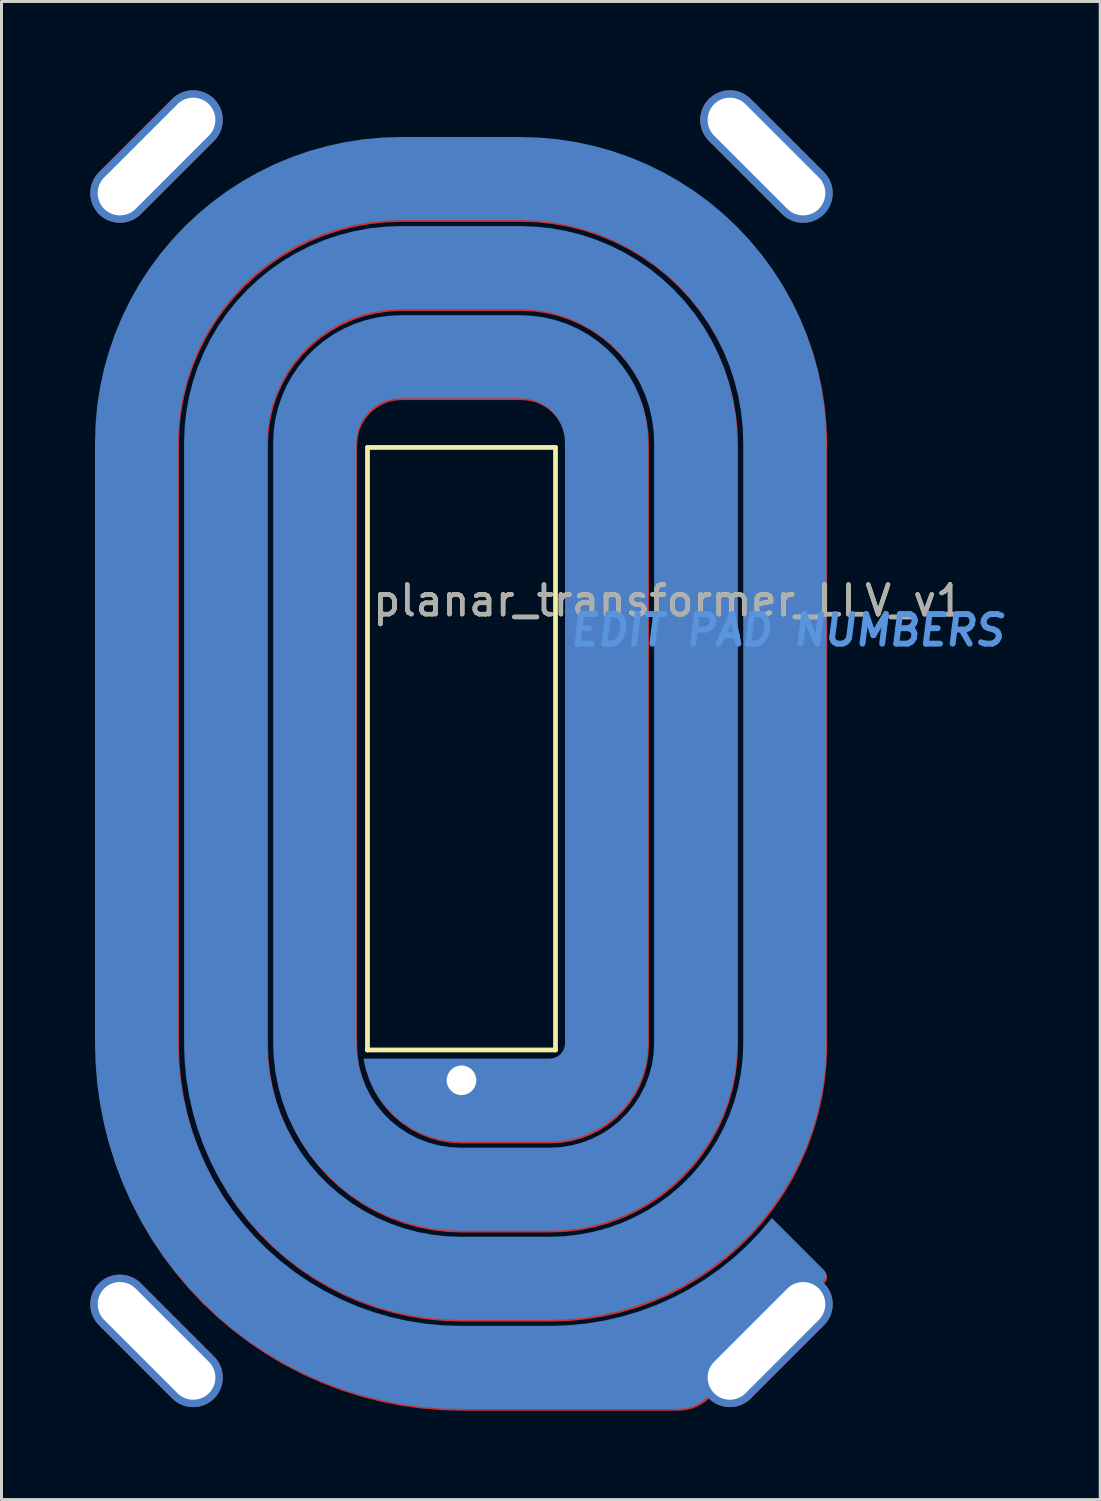
<source format=kicad_pcb>
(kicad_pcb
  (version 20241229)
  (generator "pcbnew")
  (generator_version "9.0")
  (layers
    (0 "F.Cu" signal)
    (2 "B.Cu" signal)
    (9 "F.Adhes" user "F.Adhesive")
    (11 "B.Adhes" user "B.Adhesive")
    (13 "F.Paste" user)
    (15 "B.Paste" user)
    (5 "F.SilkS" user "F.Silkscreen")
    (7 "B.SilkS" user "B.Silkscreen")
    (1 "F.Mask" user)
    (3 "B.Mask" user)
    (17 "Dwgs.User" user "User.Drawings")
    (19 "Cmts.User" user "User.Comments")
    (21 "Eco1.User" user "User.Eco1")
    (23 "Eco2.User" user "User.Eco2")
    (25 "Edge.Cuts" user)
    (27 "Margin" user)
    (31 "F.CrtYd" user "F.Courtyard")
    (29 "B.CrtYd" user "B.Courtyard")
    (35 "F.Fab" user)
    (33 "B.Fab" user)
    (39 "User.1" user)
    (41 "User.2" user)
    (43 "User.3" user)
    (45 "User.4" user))
  (footprint "planar_transformer_LLV_v1"
    (layer "F.Cu")
    (at 12.537 22.237)
    (property "Reference" "planar_transformer_LLV_v1" (at 7 -5 0) (layer "F.SilkS") (effects (font (size 1 1) (thickness 0.15))))
    (attr smd)
    (fp_line (start -3.175 -10.175) (end 3.175 -10.175) (stroke (width 0.16) (type solid)) (layer "F.SilkS"))
    (fp_line (start -3.175 10.175) (end -3.175 -10.175) (stroke (width 0.16) (type solid)) (layer "F.SilkS"))
    (fp_line (start 3.175 -10.175) (end 3.175 10.175) (stroke (width 0.16) (type solid)) (layer "F.SilkS"))
    (fp_line (start 3.175 10.175) (end -3.175 10.175) (stroke (width 0.16) (type solid)) (layer "F.SilkS"))
    (fp_text user "EDIT PAD NUMBERS" (at 11 -4 0) (layer "Cmts.User") (effects (font (size 1 1) (thickness 0.2) (italic yes))))
    (fp_text user "${REFERENCE}" (at 7 -5 0) (layer "F.Fab") (effects (font (size 1 1) (thickness 0.15))))
    (pad "#" smd custom (at 7.3 20.8) (size 1 1) (layers "B.Cu") (options (anchor circle)) (primitives (gr_poly (pts (xy -1.07 -10.159) (xy -1.16 -9.824) (xy -1.285 -9.499) (xy -1.443 -9.189) (xy -1.632 -8.897) (xy -1.851 -8.627) (xy -2.097 -8.381) (xy -2.367 -8.163) (xy -2.659 -7.973) (xy -2.968 -7.815) (xy -3.293 -7.691) (xy -3.629 -7.601) (xy -3.972 -7.546) (xy -4.319 -7.528) (xy -7.329 -7.528) (xy -7.69 -7.548) (xy -8.046 -7.607) (xy -8.394 -7.704) (xy -8.73 -7.838) (xy -9.049 -8.008) (xy -9.347 -8.212) (xy -9.622 -8.447) (xy -9.869 -8.71) (xy -10.087 -8.999) (xy -10.272 -9.309) (xy -10.422 -9.638) (xy -10.535 -9.981) (xy -10.61 -10.334) (xy -4.319 -10.334) (xy -4.186 -10.352) (xy -4.062 -10.403) (xy -3.955 -10.485) (xy -3.873 -10.592) (xy -3.821 -10.717) (xy -3.804 -10.85) (xy -3.804 -31.134) (xy -3.822 -31.369) (xy -3.877 -31.598) (xy -3.967 -31.815) (xy -4.09 -32.016) (xy -4.243 -32.195) (xy -4.422 -32.348) (xy -4.623 -32.471) (xy -4.84 -32.561) (xy -5.069 -32.616) (xy -5.304 -32.634) (xy -9.354 -32.634) (xy -9.588 -32.616) (xy -9.817 -32.561) (xy -10.035 -32.471) (xy -10.236 -32.348) (xy -10.414 -32.195) (xy -10.567 -32.016) (xy -10.69 -31.815) (xy -10.78 -31.598) (xy -10.835 -31.369) (xy -10.854 -31.134) (xy -10.854 -10.85) (xy -10.835 -10.482) (xy -10.777 -10.117) (xy -10.681 -9.761) (xy -10.549 -9.416) (xy -10.382 -9.088) (xy -10.181 -8.778) (xy -9.948 -8.491) (xy -9.688 -8.23) (xy -9.401 -7.998) (xy -9.091 -7.797) (xy -8.763 -7.63) (xy -8.418 -7.498) (xy -8.062 -7.402) (xy -7.697 -7.344) (xy -7.329 -7.325) (xy -4.319 -7.325) (xy -3.951 -7.344) (xy -3.587 -7.402) (xy -3.23 -7.498) (xy -2.886 -7.63) (xy -2.557 -7.797) (xy -2.247 -7.998) (xy -1.961 -8.23) (xy -1.7 -8.491) (xy -1.468 -8.778) (xy -1.267 -9.088) (xy -1.099 -9.416) (xy -0.967 -9.761) (xy -0.871 -10.117) (xy -0.814 -10.482) (xy -0.794 -10.85) (xy -0.794 -31.134) (xy -0.814 -31.55) (xy -0.871 -31.963) (xy -0.967 -32.368) (xy -1.099 -32.763) (xy -1.267 -33.144) (xy -1.47 -33.508) (xy -1.705 -33.852) (xy -1.971 -34.172) (xy -2.266 -34.467) (xy -2.586 -34.733) (xy -2.93 -34.968) (xy -3.294 -35.171) (xy -3.675 -35.339) (xy -4.07 -35.472) (xy -4.475 -35.567) (xy -4.888 -35.625) (xy -5.304 -35.644) (xy -9.354 -35.644) (xy -9.77 -35.625) (xy -10.182 -35.567) (xy -10.588 -35.472) (xy -10.983 -35.339) (xy -11.364 -35.171) (xy -11.728 -34.968) (xy -12.071 -34.733) (xy -12.392 -34.467) (xy -12.686 -34.172) (xy -12.952 -33.852) (xy -13.188 -33.508) (xy -13.39 -33.144) (xy -13.559 -32.763) (xy -13.691 -32.368) (xy -13.786 -31.963) (xy -13.844 -31.55) (xy -13.863 -31.134) (xy -13.863 -10.85) (xy -13.845 -10.362) (xy -13.79 -9.876) (xy -13.699 -9.396) (xy -13.573 -8.924) (xy -13.412 -8.463) (xy -13.216 -8.015) (xy -12.988 -7.583) (xy -12.728 -7.169) (xy -12.438 -6.776) (xy -12.119 -6.405) (xy -11.773 -6.06) (xy -11.403 -5.741) (xy -11.01 -5.451) (xy -10.596 -5.191) (xy -10.164 -4.963) (xy -9.716 -4.767) (xy -9.255 -4.606) (xy -8.783 -4.479) (xy -8.303 -4.389) (xy -7.817 -4.334) (xy -7.329 -4.316) (xy -4.319 -4.316) (xy -3.831 -4.334) (xy -3.346 -4.389) (xy -2.865 -4.479) (xy -2.393 -4.606) (xy -1.932 -4.767) (xy -1.484 -4.963) (xy -1.052 -5.191) (xy -0.638 -5.451) (xy -0.245 -5.741) (xy 0.125 -6.06) (xy 0.471 -6.405) (xy 0.789 -6.776) (xy 1.08 -7.169) (xy 1.34 -7.583) (xy 1.568 -8.015) (xy 1.763 -8.463) (xy 1.925 -8.924) (xy 2.051 -9.396) (xy 2.142 -9.876) (xy 2.197 -10.362) (xy 2.215 -10.85) (xy 2.215 -31.134) (xy 2.196 -31.671) (xy 2.138 -32.204) (xy 2.043 -32.733) (xy 1.91 -33.253) (xy 1.741 -33.762) (xy 1.536 -34.258) (xy 1.295 -34.738) (xy 1.021 -35.199) (xy 0.715 -35.64) (xy 0.379 -36.058) (xy 0.013 -36.451) (xy -0.38 -36.817) (xy -0.798 -37.154) (xy -1.239 -37.46) (xy -1.7 -37.733) (xy -2.18 -37.974) (xy -2.676 -38.179) (xy -3.186 -38.349) (xy -3.706 -38.481) (xy -4.234 -38.577) (xy -4.767 -38.634) (xy -5.304 -38.653) (xy -9.354 -38.653) (xy -9.89 -38.634) (xy -10.424 -38.577) (xy -10.952 -38.481) (xy -11.472 -38.349) (xy -11.981 -38.179) (xy -12.477 -37.974) (xy -12.957 -37.733) (xy -13.419 -37.46) (xy -13.86 -37.154) (xy -14.278 -36.817) (xy -14.67 -36.451) (xy -15.036 -36.058) (xy -15.373 -35.64) (xy -15.679 -35.199) (xy -15.953 -34.738) (xy -16.193 -34.258) (xy -16.399 -33.762) (xy -16.568 -33.253) (xy -16.701 -32.733) (xy -16.796 -32.204) (xy -16.853 -31.671) (xy -16.873 -31.134) (xy -16.873 -10.85) (xy -16.854 -10.251) (xy -16.797 -9.654) (xy -16.704 -9.062) (xy -16.573 -8.477) (xy -16.406 -7.901) (xy -16.202 -7.337) (xy -15.964 -6.786) (xy -15.692 -6.252) (xy -15.387 -5.736) (xy -15.05 -5.24) (xy -14.682 -4.767) (xy -14.286 -4.317) (xy -13.862 -3.893) (xy -13.412 -3.496) (xy -12.939 -3.129) (xy -12.443 -2.792) (xy -11.927 -2.487) (xy -11.392 -2.215) (xy -10.842 -1.976) (xy -10.278 -1.773) (xy -9.702 -1.606) (xy -9.117 -1.475) (xy -8.525 -1.381) (xy -7.928 -1.325) (xy -7.329 -1.306) (xy -4.319 -1.306) (xy -3.703 -1.326) (xy -3.09 -1.386) (xy -2.482 -1.485) (xy -1.881 -1.623) (xy -1.29 -1.8) (xy -0.713 -2.014) (xy -0.15 -2.265) (xy 0.396 -2.552) (xy 0.922 -2.874) (xy 1.425 -3.229) (xy 1.905 -3.616) (xy 2.359 -4.033) (xy 2.785 -4.478) (xy 3.182 -4.95) (xy 4.95 -3.182) (xy 5.004 -3.101) (xy 5.023 -3.005) (xy 5.004 -2.91) (xy 4.95 -2.828) (xy 1.061 1.061) (xy 0.882 1.214) (xy 0.681 1.337) (xy 0.464 1.427) (xy 0.235 1.482) (xy 0 1.5) (xy -7.329 1.5) (xy -8.021 1.481) (xy -8.712 1.422) (xy -9.398 1.326) (xy -10.077 1.19) (xy -10.748 1.017) (xy -11.408 0.807) (xy -12.055 0.56) (xy -12.687 0.277) (xy -13.303 -0.041) (xy -13.899 -0.393) (xy -14.475 -0.778) (xy -15.029 -1.194) (xy -15.558 -1.641) (xy -16.062 -2.117) (xy -16.538 -2.621) (xy -16.984 -3.15) (xy -17.401 -3.703) (xy -17.786 -4.279) (xy -18.138 -4.876) (xy -18.456 -5.492) (xy -18.739 -6.124) (xy -18.986 -6.771) (xy -19.196 -7.431) (xy -19.369 -8.102) (xy -19.504 -8.781) (xy -19.601 -9.467) (xy -19.659 -10.158) (xy -19.679 -10.85) (xy -19.679 -31.134) (xy -19.66 -31.758) (xy -19.604 -32.379) (xy -19.51 -32.996) (xy -19.379 -33.605) (xy -19.211 -34.206) (xy -19.008 -34.796) (xy -18.769 -35.372) (xy -18.496 -35.933) (xy -18.19 -36.476) (xy -17.851 -37) (xy -17.481 -37.502) (xy -17.082 -37.981) (xy -16.655 -38.435) (xy -16.201 -38.863) (xy -15.721 -39.262) (xy -15.219 -39.632) (xy -14.695 -39.97) (xy -14.152 -40.277) (xy -13.591 -40.55) (xy -13.015 -40.788) (xy -12.426 -40.992) (xy -11.825 -41.159) (xy -11.215 -41.29) (xy -10.598 -41.384) (xy -9.977 -41.441) (xy -9.354 -41.459) (xy -5.304 -41.459) (xy -4.68 -41.441) (xy -4.059 -41.384) (xy -3.443 -41.29) (xy -2.833 -41.159) (xy -2.232 -40.992) (xy -1.643 -40.788) (xy -1.066 -40.55) (xy -0.506 -40.277) (xy 0.038 -39.97) (xy 0.561 -39.632) (xy 1.064 -39.262) (xy 1.543 -38.863) (xy 1.997 -38.435) (xy 2.425 -37.981) (xy 2.824 -37.502) (xy 3.193 -37) (xy 3.532 -36.476) (xy 3.839 -35.933) (xy 4.112 -35.372) (xy 4.35 -34.796) (xy 4.554 -34.206) (xy 4.721 -33.605) (xy 4.852 -32.996) (xy 4.946 -32.379) (xy 5.002 -31.758) (xy 5.021 -31.134) (xy 5.021 -10.85) (xy 5.003 -10.263) (xy 4.948 -9.679) (xy 4.856 -9.1) (xy 4.728 -8.527) (xy 4.564 -7.964) (xy 4.365 -7.411) (xy 4.132 -6.873) (xy 3.866 -6.35) (xy 3.567 -5.845) (xy 3.237 -5.36) (xy 2.878 -4.896) (xy 2.49 -4.456) (xy 2.075 -4.041) (xy 1.634 -3.653) (xy 1.171 -3.293) (xy 0.686 -2.963) (xy 0.18 -2.665) (xy -0.342 -2.398) (xy -0.881 -2.165) (xy -1.433 -1.967) (xy -1.997 -1.803) (xy -2.569 -1.675) (xy -3.149 -1.583) (xy -3.733 -1.528) (xy -4.319 -1.509) (xy -7.329 -1.509) (xy -7.915 -1.528) (xy -8.5 -1.583) (xy -9.079 -1.675) (xy -9.652 -1.803) (xy -10.215 -1.967) (xy -10.767 -2.165) (xy -11.306 -2.398) (xy -11.829 -2.665) (xy -12.334 -2.963) (xy -12.819 -3.293) (xy -13.283 -3.653) (xy -13.723 -4.041) (xy -14.138 -4.456) (xy -14.526 -4.896) (xy -14.886 -5.36) (xy -15.215 -5.845) (xy -15.514 -6.35) (xy -15.78 -6.873) (xy -16.013 -7.411) (xy -16.212 -7.964) (xy -16.376 -8.527) (xy -16.504 -9.1) (xy -16.596 -9.679) (xy -16.651 -10.263) (xy -16.669 -10.85) (xy -16.669 -31.134) (xy -16.651 -31.656) (xy -16.595 -32.176) (xy -16.502 -32.689) (xy -16.373 -33.195) (xy -16.208 -33.691) (xy -16.008 -34.173) (xy -15.775 -34.64) (xy -15.508 -35.09) (xy -15.21 -35.518) (xy -14.883 -35.925) (xy -14.527 -36.307) (xy -14.145 -36.663) (xy -13.738 -36.991) (xy -13.309 -37.289) (xy -12.86 -37.555) (xy -12.393 -37.789) (xy -11.91 -37.989) (xy -11.415 -38.154) (xy -10.909 -38.283) (xy -10.395 -38.376) (xy -9.876 -38.431) (xy -9.354 -38.45) (xy -5.304 -38.45) (xy -4.782 -38.431) (xy -4.263 -38.376) (xy -3.749 -38.283) (xy -3.243 -38.154) (xy -2.747 -37.989) (xy -2.265 -37.789) (xy -1.798 -37.555) (xy -1.349 -37.289) (xy -0.92 -36.991) (xy -0.513 -36.663) (xy -0.131 -36.307) (xy 0.225 -35.925) (xy 0.553 -35.518) (xy 0.85 -35.09) (xy 1.117 -34.64) (xy 1.351 -34.173) (xy 1.551 -33.691) (xy 1.715 -33.195) (xy 1.845 -32.689) (xy 1.937 -32.176) (xy 1.993 -31.656) (xy 2.012 -31.134) (xy 2.012 -10.85) (xy 1.992 -10.353) (xy 1.934 -9.86) (xy 1.837 -9.372) (xy 1.702 -8.894) (xy 1.53 -8.427) (xy 1.322 -7.976) (xy 1.079 -7.542) (xy 0.803 -7.129) (xy 0.495 -6.738) (xy 0.157 -6.373) (xy -0.208 -6.036) (xy -0.598 -5.728) (xy -1.011 -5.452) (xy -1.445 -5.209) (xy -1.897 -5.001) (xy -2.363 -4.829) (xy -2.841 -4.694) (xy -3.329 -4.597) (xy -3.823 -4.538) (xy -4.319 -4.519) (xy -7.329 -4.519) (xy -7.826 -4.538) (xy -8.319 -4.597) (xy -8.807 -4.694) (xy -9.285 -4.829) (xy -9.752 -5.001) (xy -10.203 -5.209) (xy -10.637 -5.452) (xy -11.05 -5.728) (xy -11.441 -6.036) (xy -11.806 -6.373) (xy -12.143 -6.738) (xy -12.451 -7.129) (xy -12.727 -7.542) (xy -12.97 -7.976) (xy -13.178 -8.427) (xy -13.35 -8.894) (xy -13.485 -9.372) (xy -13.582 -9.86) (xy -13.641 -10.353) (xy -13.66 -10.85) (xy -13.66 -31.134) (xy -13.642 -31.532) (xy -13.587 -31.926) (xy -13.496 -32.313) (xy -13.369 -32.69) (xy -13.209 -33.054) (xy -13.015 -33.401) (xy -12.79 -33.729) (xy -12.536 -34.035) (xy -12.255 -34.317) (xy -11.949 -34.571) (xy -11.621 -34.796) (xy -11.273 -34.989) (xy -10.909 -35.15) (xy -10.532 -35.276) (xy -10.145 -35.367) (xy -9.751 -35.422) (xy -9.354 -35.441) (xy -5.304 -35.441) (xy -4.907 -35.422) (xy -4.513 -35.367) (xy -4.125 -35.276) (xy -3.748 -35.15) (xy -3.384 -34.989) (xy -3.037 -34.796) (xy -2.709 -34.571) (xy -2.403 -34.317) (xy -2.122 -34.035) (xy -1.867 -33.729) (xy -1.643 -33.401) (xy -1.449 -33.054) (xy -1.288 -32.69) (xy -1.162 -32.313) (xy -1.071 -31.926) (xy -1.016 -31.532) (xy -0.998 -31.134) (xy -0.998 -10.85) (xy -1.016 -10.503)) (width 0) (fill yes))))
    (pad "#" smd custom (at 7.329 20.859) (size 1 1) (layers "F.Cu") (options (anchor circle)) (primitives (gr_poly (pts (xy -1.07 -10.159) (xy -1.16 -9.824) (xy -1.285 -9.499) (xy -1.443 -9.189) (xy -1.632 -8.897) (xy -1.851 -8.627) (xy -2.097 -8.381) (xy -2.367 -8.163) (xy -2.659 -7.973) (xy -2.968 -7.815) (xy -3.293 -7.691) (xy -3.629 -7.601) (xy -3.972 -7.546) (xy -4.319 -7.528) (xy -7.329 -7.528) (xy -7.69 -7.548) (xy -8.046 -7.607) (xy -8.394 -7.704) (xy -8.73 -7.838) (xy -9.049 -8.008) (xy -9.347 -8.212) (xy -9.622 -8.447) (xy -9.869 -8.71) (xy -10.087 -8.999) (xy -10.272 -9.309) (xy -10.422 -9.638) (xy -10.535 -9.981) (xy -10.61 -10.334) (xy -4.319 -10.334) (xy -4.186 -10.352) (xy -4.062 -10.403) (xy -3.955 -10.485) (xy -3.873 -10.592) (xy -3.821 -10.717) (xy -3.804 -10.85) (xy -3.804 -31.134) (xy -3.822 -31.369) (xy -3.877 -31.598) (xy -3.967 -31.815) (xy -4.09 -32.016) (xy -4.243 -32.195) (xy -4.422 -32.348) (xy -4.623 -32.471) (xy -4.84 -32.561) (xy -5.069 -32.616) (xy -5.304 -32.634) (xy -9.354 -32.634) (xy -9.588 -32.616) (xy -9.817 -32.561) (xy -10.035 -32.471) (xy -10.236 -32.348) (xy -10.414 -32.195) (xy -10.567 -32.016) (xy -10.69 -31.815) (xy -10.78 -31.598) (xy -10.835 -31.369) (xy -10.854 -31.134) (xy -10.854 -10.85) (xy -10.835 -10.482) (xy -10.777 -10.117) (xy -10.681 -9.761) (xy -10.549 -9.416) (xy -10.382 -9.088) (xy -10.181 -8.778) (xy -9.948 -8.491) (xy -9.688 -8.23) (xy -9.401 -7.998) (xy -9.091 -7.797) (xy -8.763 -7.63) (xy -8.418 -7.498) (xy -8.062 -7.402) (xy -7.697 -7.344) (xy -7.329 -7.325) (xy -4.319 -7.325) (xy -3.951 -7.344) (xy -3.587 -7.402) (xy -3.23 -7.498) (xy -2.886 -7.63) (xy -2.557 -7.797) (xy -2.247 -7.998) (xy -1.961 -8.23) (xy -1.7 -8.491) (xy -1.468 -8.778) (xy -1.267 -9.088) (xy -1.099 -9.416) (xy -0.967 -9.761) (xy -0.871 -10.117) (xy -0.814 -10.482) (xy -0.794 -10.85) (xy -0.794 -31.134) (xy -0.814 -31.55) (xy -0.871 -31.963) (xy -0.967 -32.368) (xy -1.099 -32.763) (xy -1.267 -33.144) (xy -1.47 -33.508) (xy -1.705 -33.852) (xy -1.971 -34.172) (xy -2.266 -34.467) (xy -2.586 -34.733) (xy -2.93 -34.968) (xy -3.294 -35.171) (xy -3.675 -35.339) (xy -4.07 -35.472) (xy -4.475 -35.567) (xy -4.888 -35.625) (xy -5.304 -35.644) (xy -9.354 -35.644) (xy -9.77 -35.625) (xy -10.182 -35.567) (xy -10.588 -35.472) (xy -10.983 -35.339) (xy -11.364 -35.171) (xy -11.728 -34.968) (xy -12.071 -34.733) (xy -12.392 -34.467) (xy -12.686 -34.172) (xy -12.952 -33.852) (xy -13.188 -33.508) (xy -13.39 -33.144) (xy -13.559 -32.763) (xy -13.691 -32.368) (xy -13.786 -31.963) (xy -13.844 -31.55) (xy -13.863 -31.134) (xy -13.863 -10.85) (xy -13.845 -10.362) (xy -13.79 -9.876) (xy -13.699 -9.396) (xy -13.573 -8.924) (xy -13.412 -8.463) (xy -13.216 -8.015) (xy -12.988 -7.583) (xy -12.728 -7.169) (xy -12.438 -6.776) (xy -12.119 -6.405) (xy -11.773 -6.06) (xy -11.403 -5.741) (xy -11.01 -5.451) (xy -10.596 -5.191) (xy -10.164 -4.963) (xy -9.716 -4.767) (xy -9.255 -4.606) (xy -8.783 -4.479) (xy -8.303 -4.389) (xy -7.817 -4.334) (xy -7.329 -4.316) (xy -4.319 -4.316) (xy -3.831 -4.334) (xy -3.346 -4.389) (xy -2.865 -4.479) (xy -2.393 -4.606) (xy -1.932 -4.767) (xy -1.484 -4.963) (xy -1.052 -5.191) (xy -0.638 -5.451) (xy -0.245 -5.741) (xy 0.125 -6.06) (xy 0.471 -6.405) (xy 0.789 -6.776) (xy 1.08 -7.169) (xy 1.34 -7.583) (xy 1.568 -8.015) (xy 1.763 -8.463) (xy 1.925 -8.924) (xy 2.051 -9.396) (xy 2.142 -9.876) (xy 2.197 -10.362) (xy 2.215 -10.85) (xy 2.215 -31.134) (xy 2.196 -31.671) (xy 2.138 -32.204) (xy 2.043 -32.733) (xy 1.91 -33.253) (xy 1.741 -33.762) (xy 1.536 -34.258) (xy 1.295 -34.738) (xy 1.021 -35.199) (xy 0.715 -35.64) (xy 0.379 -36.058) (xy 0.013 -36.451) (xy -0.38 -36.817) (xy -0.798 -37.154) (xy -1.239 -37.46) (xy -1.7 -37.733) (xy -2.18 -37.974) (xy -2.676 -38.179) (xy -3.186 -38.349) (xy -3.706 -38.481) (xy -4.234 -38.577) (xy -4.767 -38.634) (xy -5.304 -38.653) (xy -9.354 -38.653) (xy -9.89 -38.634) (xy -10.424 -38.577) (xy -10.952 -38.481) (xy -11.472 -38.349) (xy -11.981 -38.179) (xy -12.477 -37.974) (xy -12.957 -37.733) (xy -13.419 -37.46) (xy -13.86 -37.154) (xy -14.278 -36.817) (xy -14.67 -36.451) (xy -15.036 -36.058) (xy -15.373 -35.64) (xy -15.679 -35.199) (xy -15.953 -34.738) (xy -16.193 -34.258) (xy -16.399 -33.762) (xy -16.568 -33.253) (xy -16.701 -32.733) (xy -16.796 -32.204) (xy -16.853 -31.671) (xy -16.873 -31.134) (xy -16.873 -10.85) (xy -16.854 -10.251) (xy -16.797 -9.654) (xy -16.704 -9.062) (xy -16.573 -8.477) (xy -16.406 -7.901) (xy -16.202 -7.337) (xy -15.964 -6.786) (xy -15.692 -6.252) (xy -15.387 -5.736) (xy -15.05 -5.24) (xy -14.682 -4.767) (xy -14.286 -4.317) (xy -13.862 -3.893) (xy -13.412 -3.496) (xy -12.939 -3.129) (xy -12.443 -2.792) (xy -11.927 -2.487) (xy -11.392 -2.215) (xy -10.842 -1.976) (xy -10.278 -1.773) (xy -9.702 -1.606) (xy -9.117 -1.475) (xy -8.525 -1.381) (xy -7.928 -1.325) (xy -7.329 -1.306) (xy -4.319 -1.306) (xy -3.703 -1.326) (xy -3.09 -1.386) (xy -2.482 -1.485) (xy -1.881 -1.623) (xy -1.29 -1.8) (xy -0.713 -2.014) (xy -0.15 -2.265) (xy 0.396 -2.552) (xy 0.922 -2.874) (xy 1.425 -3.229) (xy 1.905 -3.616) (xy 2.359 -4.033) (xy 2.785 -4.478) (xy 3.182 -4.95) (xy 4.95 -3.182) (xy 5.004 -3.101) (xy 5.023 -3.005) (xy 5.004 -2.91) (xy 4.95 -2.828) (xy 1.061 1.061) (xy 0.882 1.214) (xy 0.681 1.337) (xy 0.464 1.427) (xy 0.235 1.482) (xy 0 1.5) (xy -7.329 1.5) (xy -8.021 1.481) (xy -8.712 1.422) (xy -9.398 1.326) (xy -10.077 1.19) (xy -10.748 1.017) (xy -11.408 0.807) (xy -12.055 0.56) (xy -12.687 0.277) (xy -13.303 -0.041) (xy -13.899 -0.393) (xy -14.475 -0.778) (xy -15.029 -1.194) (xy -15.558 -1.641) (xy -16.062 -2.117) (xy -16.538 -2.621) (xy -16.984 -3.15) (xy -17.401 -3.703) (xy -17.786 -4.279) (xy -18.138 -4.876) (xy -18.456 -5.492) (xy -18.739 -6.124) (xy -18.986 -6.771) (xy -19.196 -7.431) (xy -19.369 -8.102) (xy -19.504 -8.781) (xy -19.601 -9.467) (xy -19.659 -10.158) (xy -19.679 -10.85) (xy -19.679 -31.134) (xy -19.66 -31.758) (xy -19.604 -32.379) (xy -19.51 -32.996) (xy -19.379 -33.605) (xy -19.211 -34.206) (xy -19.008 -34.796) (xy -18.769 -35.372) (xy -18.496 -35.933) (xy -18.19 -36.476) (xy -17.851 -37) (xy -17.481 -37.502) (xy -17.082 -37.981) (xy -16.655 -38.435) (xy -16.201 -38.863) (xy -15.721 -39.262) (xy -15.219 -39.632) (xy -14.695 -39.97) (xy -14.152 -40.277) (xy -13.591 -40.55) (xy -13.015 -40.788) (xy -12.426 -40.992) (xy -11.825 -41.159) (xy -11.215 -41.29) (xy -10.598 -41.384) (xy -9.977 -41.441) (xy -9.354 -41.459) (xy -5.304 -41.459) (xy -4.68 -41.441) (xy -4.059 -41.384) (xy -3.443 -41.29) (xy -2.833 -41.159) (xy -2.232 -40.992) (xy -1.643 -40.788) (xy -1.066 -40.55) (xy -0.506 -40.277) (xy 0.038 -39.97) (xy 0.561 -39.632) (xy 1.064 -39.262) (xy 1.543 -38.863) (xy 1.997 -38.435) (xy 2.425 -37.981) (xy 2.824 -37.502) (xy 3.193 -37) (xy 3.532 -36.476) (xy 3.839 -35.933) (xy 4.112 -35.372) (xy 4.35 -34.796) (xy 4.554 -34.206) (xy 4.721 -33.605) (xy 4.852 -32.996) (xy 4.946 -32.379) (xy 5.002 -31.758) (xy 5.021 -31.134) (xy 5.021 -10.85) (xy 5.003 -10.263) (xy 4.948 -9.679) (xy 4.856 -9.1) (xy 4.728 -8.527) (xy 4.564 -7.964) (xy 4.365 -7.411) (xy 4.132 -6.873) (xy 3.866 -6.35) (xy 3.567 -5.845) (xy 3.237 -5.36) (xy 2.878 -4.896) (xy 2.49 -4.456) (xy 2.075 -4.041) (xy 1.634 -3.653) (xy 1.171 -3.293) (xy 0.686 -2.963) (xy 0.18 -2.665) (xy -0.342 -2.398) (xy -0.881 -2.165) (xy -1.433 -1.967) (xy -1.997 -1.803) (xy -2.569 -1.675) (xy -3.149 -1.583) (xy -3.733 -1.528) (xy -4.319 -1.509) (xy -7.329 -1.509) (xy -7.915 -1.528) (xy -8.5 -1.583) (xy -9.079 -1.675) (xy -9.652 -1.803) (xy -10.215 -1.967) (xy -10.767 -2.165) (xy -11.306 -2.398) (xy -11.829 -2.665) (xy -12.334 -2.963) (xy -12.819 -3.293) (xy -13.283 -3.653) (xy -13.723 -4.041) (xy -14.138 -4.456) (xy -14.526 -4.896) (xy -14.886 -5.36) (xy -15.215 -5.845) (xy -15.514 -6.35) (xy -15.78 -6.873) (xy -16.013 -7.411) (xy -16.212 -7.964) (xy -16.376 -8.527) (xy -16.504 -9.1) (xy -16.596 -9.679) (xy -16.651 -10.263) (xy -16.669 -10.85) (xy -16.669 -31.134) (xy -16.651 -31.656) (xy -16.595 -32.176) (xy -16.502 -32.689) (xy -16.373 -33.195) (xy -16.208 -33.691) (xy -16.008 -34.173) (xy -15.775 -34.64) (xy -15.508 -35.09) (xy -15.21 -35.518) (xy -14.883 -35.925) (xy -14.527 -36.307) (xy -14.145 -36.663) (xy -13.738 -36.991) (xy -13.309 -37.289) (xy -12.86 -37.555) (xy -12.393 -37.789) (xy -11.91 -37.989) (xy -11.415 -38.154) (xy -10.909 -38.283) (xy -10.395 -38.376) (xy -9.876 -38.431) (xy -9.354 -38.45) (xy -5.304 -38.45) (xy -4.782 -38.431) (xy -4.263 -38.376) (xy -3.749 -38.283) (xy -3.243 -38.154) (xy -2.747 -37.989) (xy -2.265 -37.789) (xy -1.798 -37.555) (xy -1.349 -37.289) (xy -0.92 -36.991) (xy -0.513 -36.663) (xy -0.131 -36.307) (xy 0.225 -35.925) (xy 0.553 -35.518) (xy 0.85 -35.09) (xy 1.117 -34.64) (xy 1.351 -34.173) (xy 1.551 -33.691) (xy 1.715 -33.195) (xy 1.845 -32.689) (xy 1.937 -32.176) (xy 1.993 -31.656) (xy 2.012 -31.134) (xy 2.012 -10.85) (xy 1.992 -10.353) (xy 1.934 -9.86) (xy 1.837 -9.372) (xy 1.702 -8.894) (xy 1.53 -8.427) (xy 1.322 -7.976) (xy 1.079 -7.542) (xy 0.803 -7.129) (xy 0.495 -6.738) (xy 0.157 -6.373) (xy -0.208 -6.036) (xy -0.598 -5.728) (xy -1.011 -5.452) (xy -1.445 -5.209) (xy -1.897 -5.001) (xy -2.363 -4.829) (xy -2.841 -4.694) (xy -3.329 -4.597) (xy -3.823 -4.538) (xy -4.319 -4.519) (xy -7.329 -4.519) (xy -7.826 -4.538) (xy -8.319 -4.597) (xy -8.807 -4.694) (xy -9.285 -4.829) (xy -9.752 -5.001) (xy -10.203 -5.209) (xy -10.637 -5.452) (xy -11.05 -5.728) (xy -11.441 -6.036) (xy -11.806 -6.373) (xy -12.143 -6.738) (xy -12.451 -7.129) (xy -12.727 -7.542) (xy -12.97 -7.976) (xy -13.178 -8.427) (xy -13.35 -8.894) (xy -13.485 -9.372) (xy -13.582 -9.86) (xy -13.641 -10.353) (xy -13.66 -10.85) (xy -13.66 -31.134) (xy -13.642 -31.532) (xy -13.587 -31.926) (xy -13.496 -32.313) (xy -13.369 -32.69) (xy -13.209 -33.054) (xy -13.015 -33.401) (xy -12.79 -33.729) (xy -12.536 -34.035) (xy -12.255 -34.317) (xy -11.949 -34.571) (xy -11.621 -34.796) (xy -11.273 -34.989) (xy -10.909 -35.15) (xy -10.532 -35.276) (xy -10.145 -35.367) (xy -9.751 -35.422) (xy -9.354 -35.441) (xy -5.304 -35.441) (xy -4.907 -35.422) (xy -4.513 -35.367) (xy -4.125 -35.276) (xy -3.748 -35.15) (xy -3.384 -34.989) (xy -3.037 -34.796) (xy -2.709 -34.571) (xy -2.403 -34.317) (xy -2.122 -34.035) (xy -1.867 -33.729) (xy -1.643 -33.401) (xy -1.449 -33.054) (xy -1.288 -32.69) (xy -1.162 -32.313) (xy -1.071 -31.926) (xy -1.016 -31.532) (xy -0.998 -31.134) (xy -0.998 -10.85) (xy -1.016 -10.503)) (width 0) (fill yes))))
    (pad "1" thru_hole oval (at -10.3 -20 225) (size 5.5 2) (drill oval 5 1.5) (layers "*.Cu" "*.Mask"))
    (pad "2" thru_hole oval (at 10.3 -20 315) (size 5.5 2) (drill oval 5 1.5) (layers "*.Cu" "*.Mask"))
    (pad "8" thru_hole oval (at -10.3 20 135) (size 5.5 2) (drill oval 5 1.5) (layers "*.Cu" "*.Mask"))
    (pad "9" thru_hole rect (at 0 11.2) (size 2 1.2) (drill 1) (layers "*.Cu" "*.Mask"))
    (pad "10" thru_hole oval (at 10.3 20 45) (size 5.5 2) (drill oval 5 1.5) (layers "*.Cu" "*.Mask")))
  (gr_rect
    (start -3 -3)
    (end 34.109 47.596)
    (stroke (width 0.1) (type default))
    (fill no)
    (layer "Edge.Cuts")))
</source>
